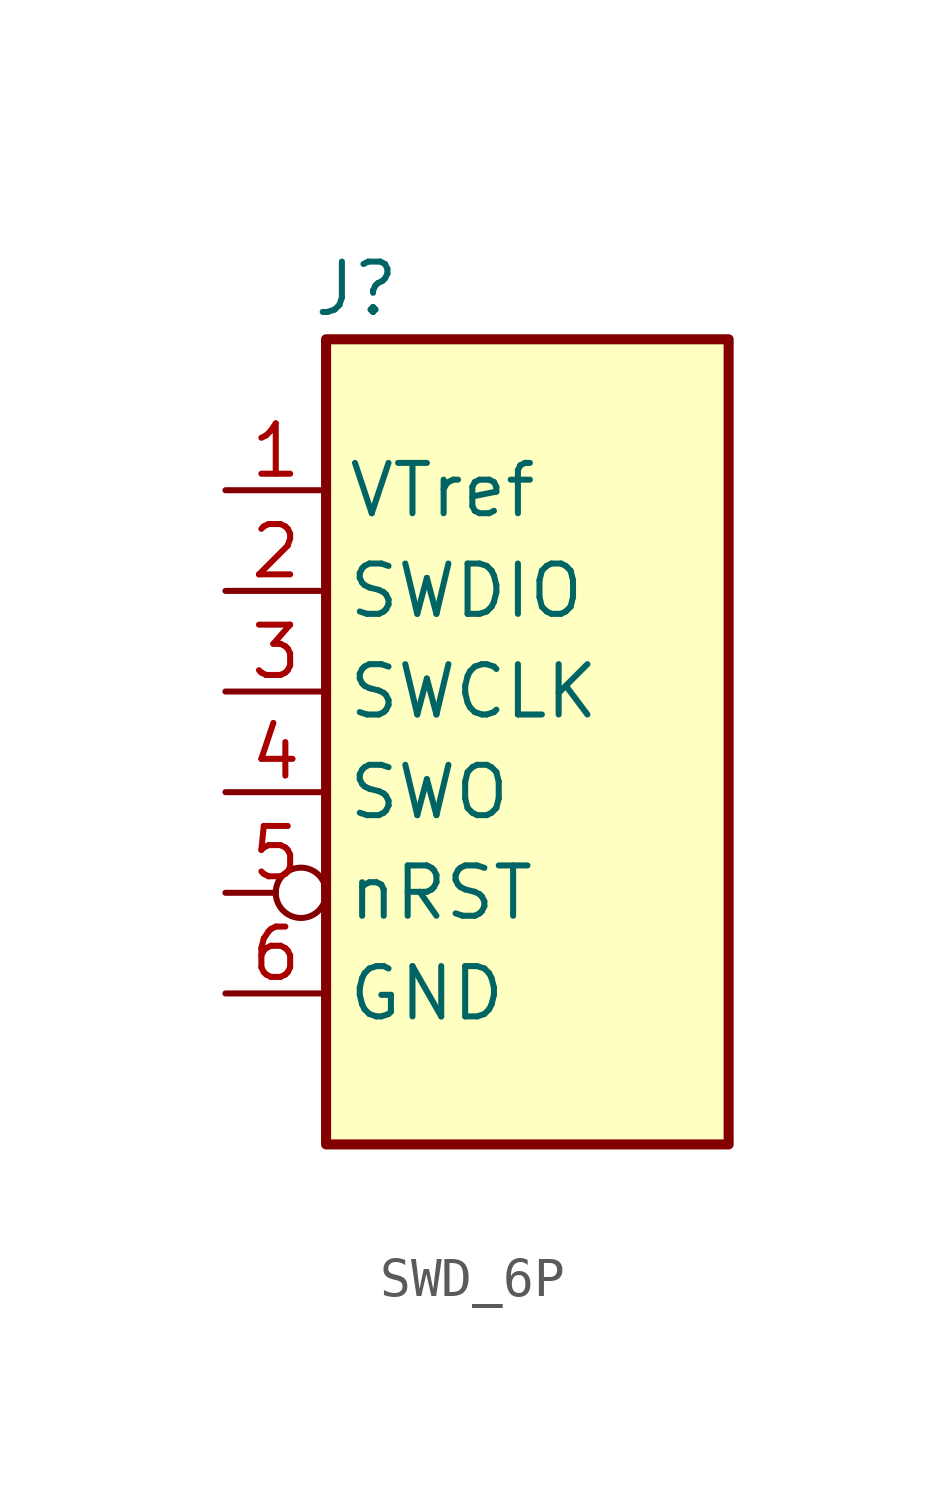
<source format=kicad_sym>
(kicad_symbol_lib
  (version 20231120)
  (generator "kicad_symbol_editor")
  (generator_version "8.0")
  (symbol "SWD_6P"
    (property "Reference" "J"
      (at 0.762 21.59 0)
      (effects (font (size 1.27 1.27))))
    (property "Value" ""
      (at 0 0 0)
      (effects (font (size 1.27 1.27))))
    (symbol "SWD_6P_1_0"
      (rectangle (start 0 20.32) (end 10.16 0) (stroke (width 0.254) (type default)) (fill (type background))))
    (symbol "SWD_6P_1_1"
      (pin power_in line (at -2.54 16.51 0) (length 2.54) (name "VTref" (effects (font (size 1.27 1.27)))) (number "1" (effects (font (size 1.27 1.27)))))
      (pin bidirectional line (at -2.54 13.97 0) (length 2.54) (name "SWDIO" (effects (font (size 1.27 1.27)))) (number "2" (effects (font (size 1.27 1.27)))))
      (pin output line (at -2.54 11.43 0) (length 2.54) (name "SWCLK" (effects (font (size 1.27 1.27)))) (number "3" (effects (font (size 1.27 1.27)))))
      (pin input line (at -2.54 8.89 0) (length 2.54) (name "SWO" (effects (font (size 1.27 1.27)))) (number "4" (effects (font (size 1.27 1.27)))))
      (pin output inverted (at -2.54 6.35 0) (length 2.54) (name "nRST" (effects (font (size 1.27 1.27)))) (number "5" (effects (font (size 1.27 1.27)))))
      (pin power_in line (at -2.54 3.81 0) (length 2.54) (name "GND" (effects (font (size 1.27 1.27)))) (number "6" (effects (font (size 1.27 1.27))))))))
</source>
